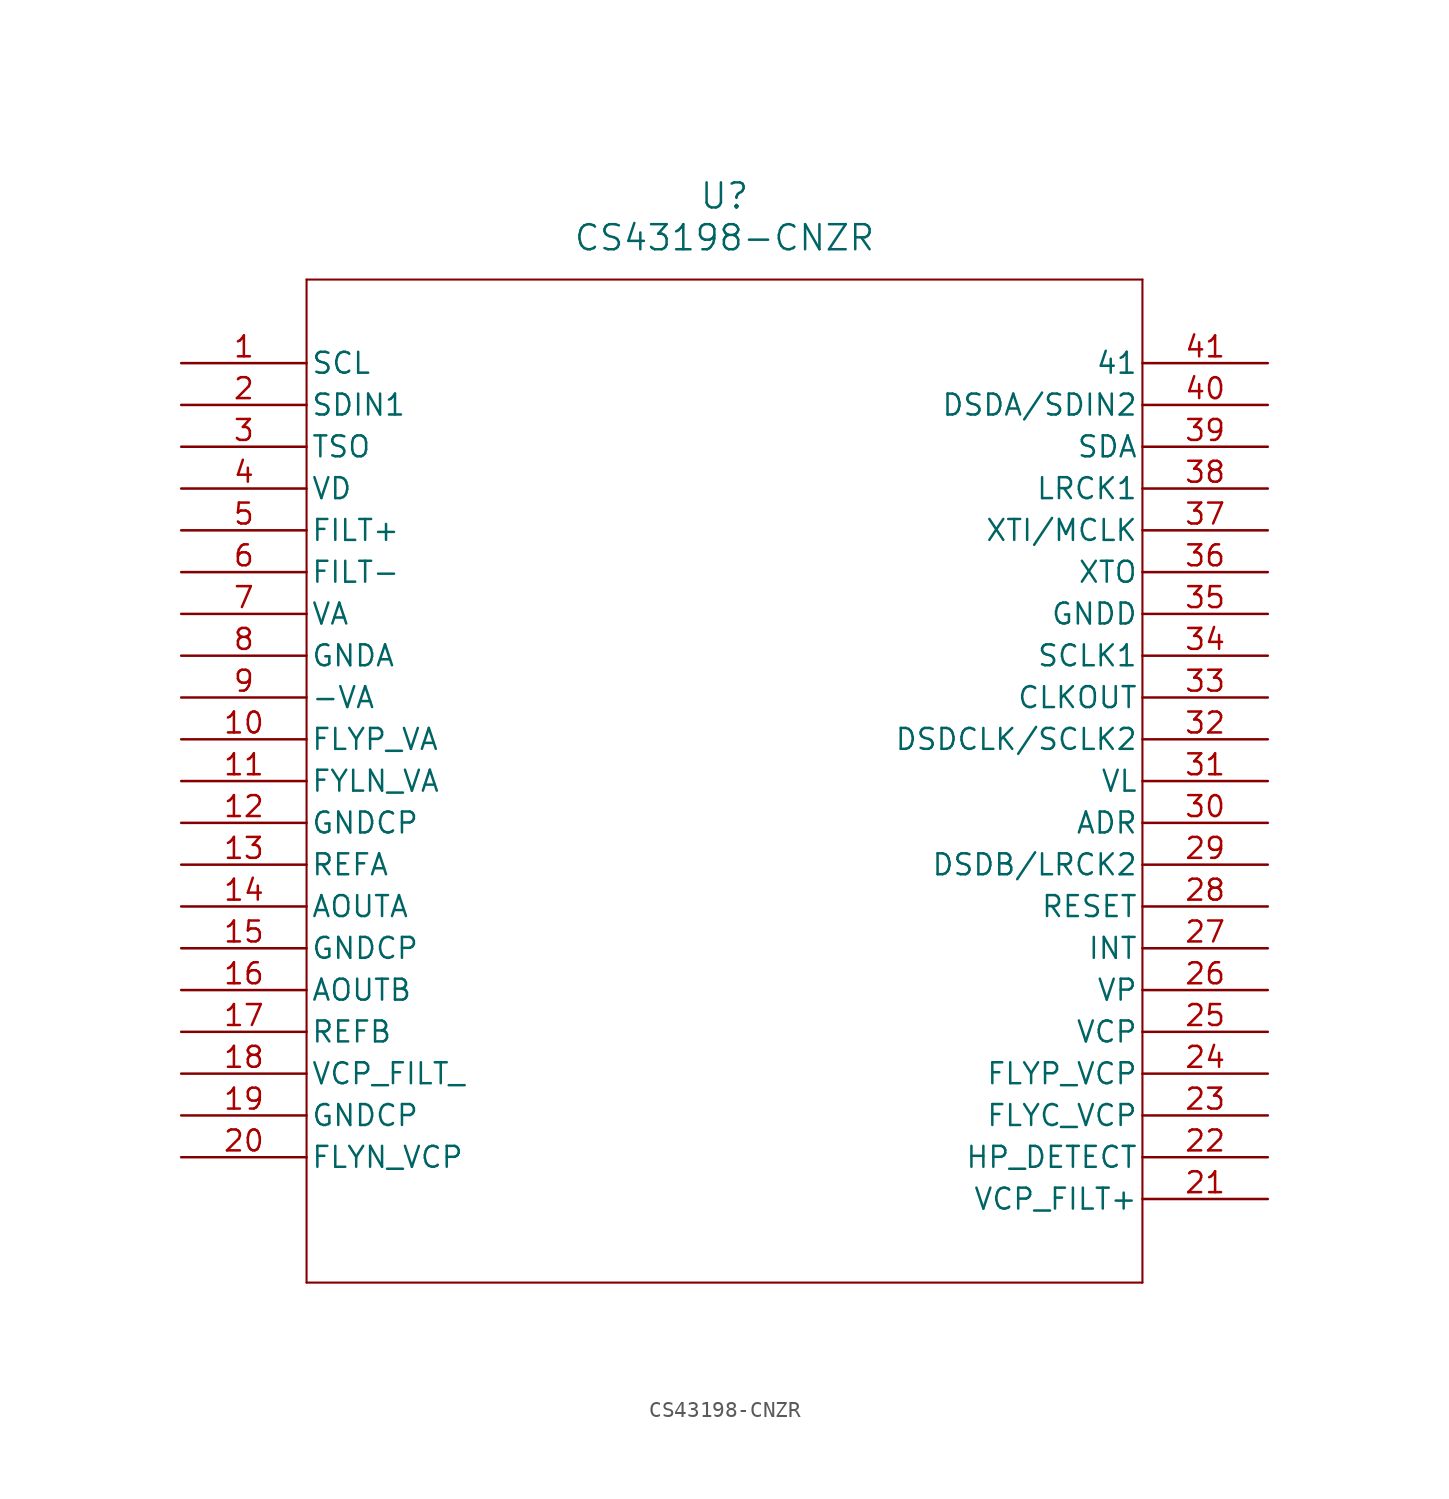
<source format=kicad_sym>
(kicad_symbol_lib
  (version 20211014)
  (generator kicad_symbol_editor)
  (symbol "CS43198-CNZR"
    (pin_names
      (offset 0.254))
    (property "Reference" "U"
      (at 33.02 10.16 0)
      (effects (font (size 1.524 1.524))))
    (property "Value" "CS43198-CNZR"
      (at 33.02 7.62 0)
      (effects (font (size 1.524 1.524))))
    (symbol "CS43198-CNZR_0_1"
      (polyline (pts (xy 7.62 5.08) (xy 7.62 -55.88)) (stroke (width 0.127) (type default) (color 0 0 0 0)) (fill (type none)))
      (polyline (pts (xy 7.62 -55.88) (xy 58.42 -55.88)) (stroke (width 0.127) (type default) (color 0 0 0 0)) (fill (type none)))
      (polyline (pts (xy 58.42 -55.88) (xy 58.42 5.08)) (stroke (width 0.127) (type default) (color 0 0 0 0)) (fill (type none)))
      (polyline (pts (xy 58.42 5.08) (xy 7.62 5.08)) (stroke (width 0.127) (type default) (color 0 0 0 0)) (fill (type none)))
      (pin unspecified line (at 0 0 0) (length 7.62) (name "SCL" (effects (font (size 1.27 1.27)))) (number "1" (effects (font (size 1.27 1.27)))))
      (pin input line (at 0 -2.54 0) (length 7.62) (name "SDIN1" (effects (font (size 1.27 1.27)))) (number "2" (effects (font (size 1.27 1.27)))))
      (pin unspecified line (at 0 -5.08 0) (length 7.62) (name "TSO" (effects (font (size 1.27 1.27)))) (number "3" (effects (font (size 1.27 1.27)))))
      (pin unspecified line (at 0 -7.62 0) (length 7.62) (name "VD" (effects (font (size 1.27 1.27)))) (number "4" (effects (font (size 1.27 1.27)))))
      (pin unspecified line (at 0 -10.16 0) (length 7.62) (name "FILT+" (effects (font (size 1.27 1.27)))) (number "5" (effects (font (size 1.27 1.27)))))
      (pin unspecified line (at 0 -12.7 0) (length 7.62) (name "FILT-" (effects (font (size 1.27 1.27)))) (number "6" (effects (font (size 1.27 1.27)))))
      (pin unspecified line (at 0 -15.24 0) (length 7.62) (name "VA" (effects (font (size 1.27 1.27)))) (number "7" (effects (font (size 1.27 1.27)))))
      (pin power_out line (at 0 -17.78 0) (length 7.62) (name "GNDA" (effects (font (size 1.27 1.27)))) (number "8" (effects (font (size 1.27 1.27)))))
      (pin power_in line (at 0 -20.32 0) (length 7.62) (name "-VA" (effects (font (size 1.27 1.27)))) (number "9" (effects (font (size 1.27 1.27)))))
      (pin unspecified line (at 0 -22.86 0) (length 7.62) (name "FLYP_VA" (effects (font (size 1.27 1.27)))) (number "10" (effects (font (size 1.27 1.27)))))
      (pin unspecified line (at 0 -25.4 0) (length 7.62) (name "FYLN_VA" (effects (font (size 1.27 1.27)))) (number "11" (effects (font (size 1.27 1.27)))))
      (pin power_out line (at 0 -27.94 0) (length 7.62) (name "GNDCP" (effects (font (size 1.27 1.27)))) (number "12" (effects (font (size 1.27 1.27)))))
      (pin unspecified line (at 0 -30.48 0) (length 7.62) (name "REFA" (effects (font (size 1.27 1.27)))) (number "13" (effects (font (size 1.27 1.27)))))
      (pin output line (at 0 -33.02 0) (length 7.62) (name "AOUTA" (effects (font (size 1.27 1.27)))) (number "14" (effects (font (size 1.27 1.27)))))
      (pin power_out line (at 0 -35.56 0) (length 7.62) (name "GNDCP" (effects (font (size 1.27 1.27)))) (number "15" (effects (font (size 1.27 1.27)))))
      (pin output line (at 0 -38.1 0) (length 7.62) (name "AOUTB" (effects (font (size 1.27 1.27)))) (number "16" (effects (font (size 1.27 1.27)))))
      (pin unspecified line (at 0 -40.64 0) (length 7.62) (name "REFB" (effects (font (size 1.27 1.27)))) (number "17" (effects (font (size 1.27 1.27)))))
      (pin unspecified line (at 0 -43.18 0) (length 7.62) (name "VCP_FILT_" (effects (font (size 1.27 1.27)))) (number "18" (effects (font (size 1.27 1.27)))))
      (pin power_out line (at 0 -45.72 0) (length 7.62) (name "GNDCP" (effects (font (size 1.27 1.27)))) (number "19" (effects (font (size 1.27 1.27)))))
      (pin unspecified line (at 0 -48.26 0) (length 7.62) (name "FLYN_VCP" (effects (font (size 1.27 1.27)))) (number "20" (effects (font (size 1.27 1.27)))))
      (pin unspecified line (at 66.04 -50.8 180) (length 7.62) (name "VCP_FILT+" (effects (font (size 1.27 1.27)))) (number "21" (effects (font (size 1.27 1.27)))))
      (pin unspecified line (at 66.04 -48.26 180) (length 7.62) (name "HP_DETECT" (effects (font (size 1.27 1.27)))) (number "22" (effects (font (size 1.27 1.27)))))
      (pin unspecified line (at 66.04 -45.72 180) (length 7.62) (name "FLYC_VCP" (effects (font (size 1.27 1.27)))) (number "23" (effects (font (size 1.27 1.27)))))
      (pin unspecified line (at 66.04 -43.18 180) (length 7.62) (name "FLYP_VCP" (effects (font (size 1.27 1.27)))) (number "24" (effects (font (size 1.27 1.27)))))
      (pin unspecified line (at 66.04 -40.64 180) (length 7.62) (name "VCP" (effects (font (size 1.27 1.27)))) (number "25" (effects (font (size 1.27 1.27)))))
      (pin unspecified line (at 66.04 -38.1 180) (length 7.62) (name "VP" (effects (font (size 1.27 1.27)))) (number "26" (effects (font (size 1.27 1.27)))))
      (pin input line (at 66.04 -35.56 180) (length 7.62) (name "INT" (effects (font (size 1.27 1.27)))) (number "27" (effects (font (size 1.27 1.27)))))
      (pin unspecified line (at 66.04 -33.02 180) (length 7.62) (name "RESET" (effects (font (size 1.27 1.27)))) (number "28" (effects (font (size 1.27 1.27)))))
      (pin unspecified line (at 66.04 -30.48 180) (length 7.62) (name "DSDB/LRCK2" (effects (font (size 1.27 1.27)))) (number "29" (effects (font (size 1.27 1.27)))))
      (pin unspecified line (at 66.04 -27.94 180) (length 7.62) (name "ADR" (effects (font (size 1.27 1.27)))) (number "30" (effects (font (size 1.27 1.27)))))
      (pin unspecified line (at 66.04 -25.4 180) (length 7.62) (name "VL" (effects (font (size 1.27 1.27)))) (number "31" (effects (font (size 1.27 1.27)))))
      (pin unspecified line (at 66.04 -22.86 180) (length 7.62) (name "DSDCLK/SCLK2" (effects (font (size 1.27 1.27)))) (number "32" (effects (font (size 1.27 1.27)))))
      (pin output line (at 66.04 -20.32 180) (length 7.62) (name "CLKOUT" (effects (font (size 1.27 1.27)))) (number "33" (effects (font (size 1.27 1.27)))))
      (pin unspecified line (at 66.04 -17.78 180) (length 7.62) (name "SCLK1" (effects (font (size 1.27 1.27)))) (number "34" (effects (font (size 1.27 1.27)))))
      (pin power_out line (at 66.04 -15.24 180) (length 7.62) (name "GNDD" (effects (font (size 1.27 1.27)))) (number "35" (effects (font (size 1.27 1.27)))))
      (pin unspecified line (at 66.04 -12.7 180) (length 7.62) (name "XTO" (effects (font (size 1.27 1.27)))) (number "36" (effects (font (size 1.27 1.27)))))
      (pin unspecified line (at 66.04 -10.16 180) (length 7.62) (name "XTI/MCLK" (effects (font (size 1.27 1.27)))) (number "37" (effects (font (size 1.27 1.27)))))
      (pin unspecified line (at 66.04 -7.62 180) (length 7.62) (name "LRCK1" (effects (font (size 1.27 1.27)))) (number "38" (effects (font (size 1.27 1.27)))))
      (pin unspecified line (at 66.04 -5.08 180) (length 7.62) (name "SDA" (effects (font (size 1.27 1.27)))) (number "39" (effects (font (size 1.27 1.27)))))
      (pin input line (at 66.04 -2.54 180) (length 7.62) (name "DSDA/SDIN2" (effects (font (size 1.27 1.27)))) (number "40" (effects (font (size 1.27 1.27)))))
      (pin unspecified line (at 66.04 0 180) (length 7.62) (name "41" (effects (font (size 1.27 1.27)))) (number "41" (effects (font (size 1.27 1.27))))))))
</source>
